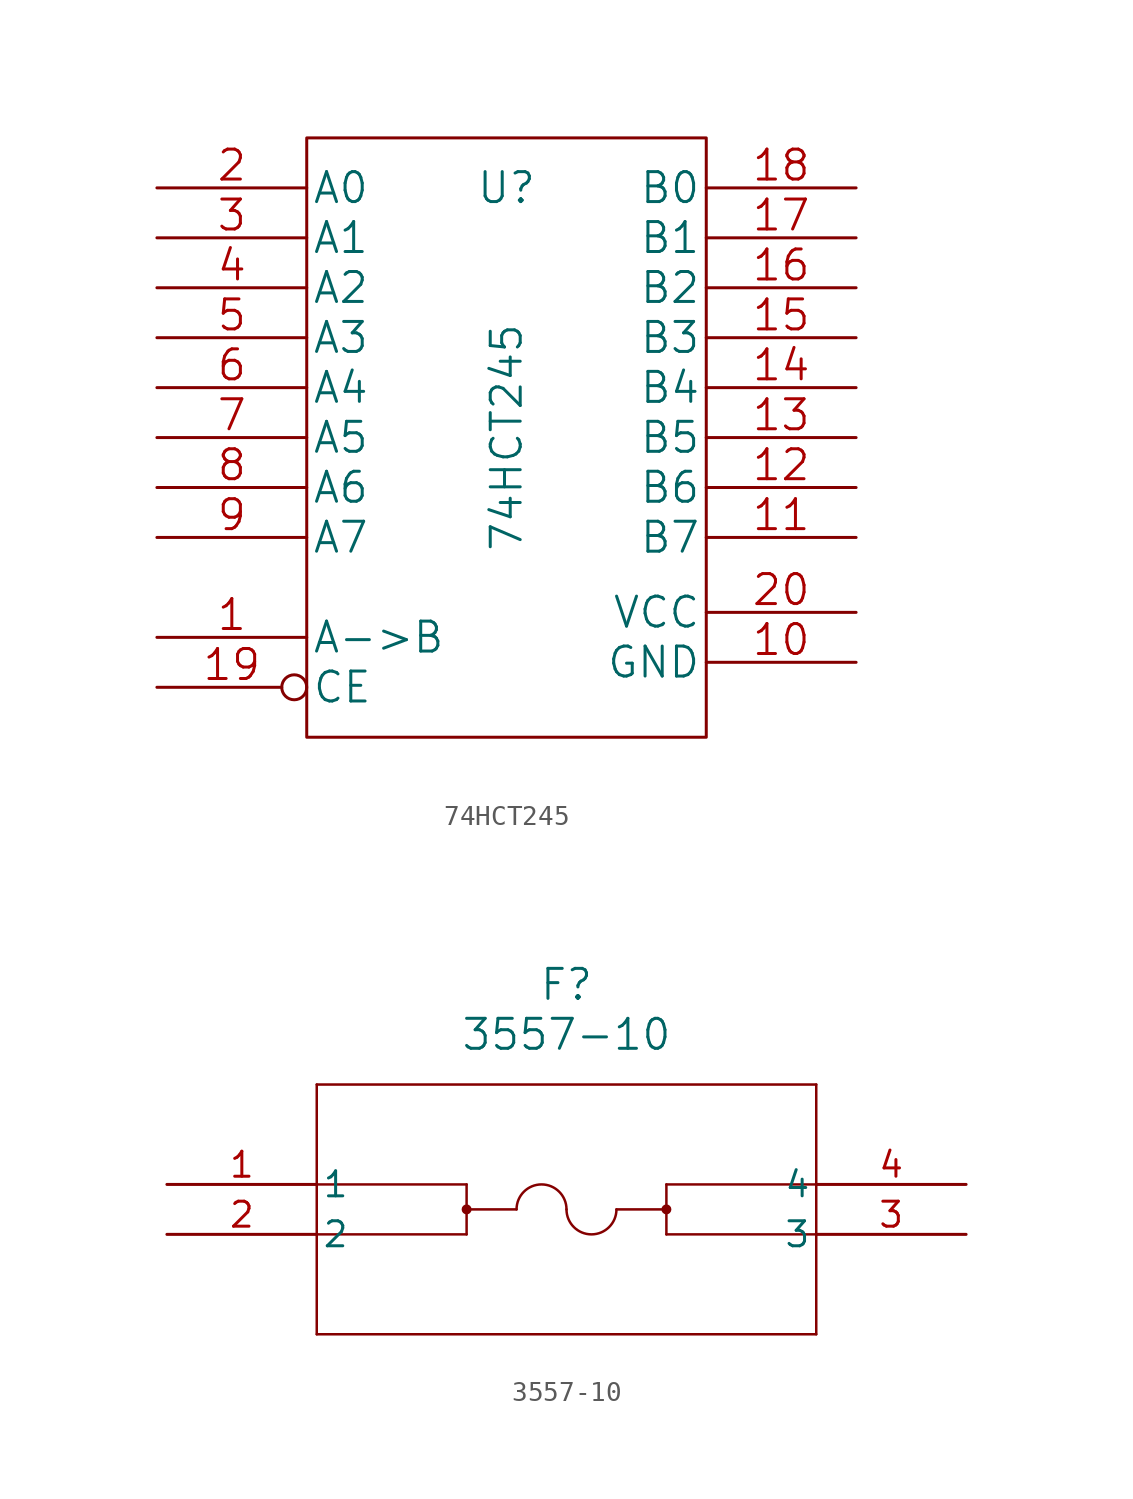
<source format=kicad_sym>
(kicad_symbol_lib
  (version 20231120)
  (generator "kicad_symbol_editor")
  (generator_version "8.0")
  (symbol "74HCT245"
    (pin_names
      (offset 0.254))
    (property "Reference" "U"
      (at 0 12.7 0)
      (effects (font (size 1.524 1.524))))
    (property "Value" "74HCT245"
      (at 0 0 90)
      (effects (font (size 1.524 1.524))))
    (property "Datasheet" ""
      (at 0 0 0)
      (effects (font (size 1.524 1.524))))
    (symbol "74HCT245_0_0"
      (pin power_in line (at 17.78 -11.43 180) (length 7.62) (name "GND" (effects (font (size 1.524 1.524)))) (number "10" (effects (font (size 1.524 1.524)))))
      (pin power_in line (at 17.78 -8.89 180) (length 7.62) (name "VCC" (effects (font (size 1.524 1.524)))) (number "20" (effects (font (size 1.524 1.524))))))
    (symbol "74HCT245_0_1"
      (rectangle (start -10.16 15.24) (end 10.16 -15.24) (stroke (width 0) (type solid)) (fill (type none))))
    (symbol "74HCT245_1_1"
      (pin input line (at -17.78 -10.16 0) (length 7.62) (name "A->B" (effects (font (size 1.524 1.524)))) (number "1" (effects (font (size 1.524 1.524)))))
      (pin tri_state line (at 17.78 -5.08 180) (length 7.62) (name "B7" (effects (font (size 1.524 1.524)))) (number "11" (effects (font (size 1.524 1.524)))))
      (pin tri_state line (at 17.78 -2.54 180) (length 7.62) (name "B6" (effects (font (size 1.524 1.524)))) (number "12" (effects (font (size 1.524 1.524)))))
      (pin tri_state line (at 17.78 0 180) (length 7.62) (name "B5" (effects (font (size 1.524 1.524)))) (number "13" (effects (font (size 1.524 1.524)))))
      (pin tri_state line (at 17.78 2.54 180) (length 7.62) (name "B4" (effects (font (size 1.524 1.524)))) (number "14" (effects (font (size 1.524 1.524)))))
      (pin tri_state line (at 17.78 5.08 180) (length 7.62) (name "B3" (effects (font (size 1.524 1.524)))) (number "15" (effects (font (size 1.524 1.524)))))
      (pin tri_state line (at 17.78 7.62 180) (length 7.62) (name "B2" (effects (font (size 1.524 1.524)))) (number "16" (effects (font (size 1.524 1.524)))))
      (pin tri_state line (at 17.78 10.16 180) (length 7.62) (name "B1" (effects (font (size 1.524 1.524)))) (number "17" (effects (font (size 1.524 1.524)))))
      (pin tri_state line (at 17.78 12.7 180) (length 7.62) (name "B0" (effects (font (size 1.524 1.524)))) (number "18" (effects (font (size 1.524 1.524)))))
      (pin input inverted (at -17.78 -12.7 0) (length 7.62) (name "CE" (effects (font (size 1.524 1.524)))) (number "19" (effects (font (size 1.524 1.524)))))
      (pin tri_state line (at -17.78 12.7 0) (length 7.62) (name "A0" (effects (font (size 1.524 1.524)))) (number "2" (effects (font (size 1.524 1.524)))))
      (pin tri_state line (at -17.78 10.16 0) (length 7.62) (name "A1" (effects (font (size 1.524 1.524)))) (number "3" (effects (font (size 1.524 1.524)))))
      (pin tri_state line (at -17.78 7.62 0) (length 7.62) (name "A2" (effects (font (size 1.524 1.524)))) (number "4" (effects (font (size 1.524 1.524)))))
      (pin tri_state line (at -17.78 5.08 0) (length 7.62) (name "A3" (effects (font (size 1.524 1.524)))) (number "5" (effects (font (size 1.524 1.524)))))
      (pin tri_state line (at -17.78 2.54 0) (length 7.62) (name "A4" (effects (font (size 1.524 1.524)))) (number "6" (effects (font (size 1.524 1.524)))))
      (pin tri_state line (at -17.78 0 0) (length 7.62) (name "A5" (effects (font (size 1.524 1.524)))) (number "7" (effects (font (size 1.524 1.524)))))
      (pin tri_state line (at -17.78 -2.54 0) (length 7.62) (name "A6" (effects (font (size 1.524 1.524)))) (number "8" (effects (font (size 1.524 1.524)))))
      (pin tri_state line (at -17.78 -5.08 0) (length 7.62) (name "A7" (effects (font (size 1.524 1.524)))) (number "9" (effects (font (size 1.524 1.524)))))))
  (symbol "3557-10"
    (pin_names
      (offset 0.254))
    (property "Reference" "F"
      (at 20.32 10.16 0)
      (effects (font (size 1.524 1.524))))
    (property "Value" "3557-10"
      (at 20.32 7.62 0)
      (effects (font (size 1.524 1.524))))
    (symbol "3557-10_0_1"
      (polyline (pts (xy 7.62 -7.62) (xy 33.02 -7.62)) (stroke (width 0.127) (type default)) (fill (type none)))
      (polyline (pts (xy 7.62 -2.54) (xy 15.24 -2.54)) (stroke (width 0.127) (type default)) (fill (type none)))
      (polyline (pts (xy 7.62 0) (xy 15.24 0)) (stroke (width 0.127) (type default)) (fill (type none)))
      (polyline (pts (xy 7.62 5.08) (xy 7.62 -7.62)) (stroke (width 0.127) (type default)) (fill (type none)))
      (polyline (pts (xy 15.24 -1.27) (xy 17.78 -1.27)) (stroke (width 0.127) (type default)) (fill (type none)))
      (polyline (pts (xy 15.24 0) (xy 15.24 -2.54)) (stroke (width 0.127) (type default)) (fill (type none)))
      (polyline (pts (xy 22.86 -1.27) (xy 25.4 -1.27)) (stroke (width 0.127) (type default)) (fill (type none)))
      (polyline (pts (xy 25.4 -2.54) (xy 25.4 0)) (stroke (width 0.127) (type default)) (fill (type none)))
      (polyline (pts (xy 25.4 0) (xy 33.02 0)) (stroke (width 0.127) (type default)) (fill (type none)))
      (polyline (pts (xy 33.02 -7.62) (xy 33.02 5.08)) (stroke (width 0.127) (type default)) (fill (type none)))
      (polyline (pts (xy 33.02 -2.54) (xy 25.4 -2.54)) (stroke (width 0.127) (type default)) (fill (type none)))
      (polyline (pts (xy 33.02 5.08) (xy 7.62 5.08)) (stroke (width 0.127) (type default)) (fill (type none)))
      (circle (center 15.24 -1.27) (radius 0.127) (stroke (width 0.254) (type default)) (fill (type none)))
      (arc (start 20.32 -1.27) (mid 19.05 -0.0055) (end 17.78 -1.27) (stroke (width 0.127) (type default)) (fill (type none)))
      (arc (start 20.32 -1.27) (mid 21.59 -2.5344) (end 22.86 -1.27) (stroke (width 0.127) (type default)) (fill (type none)))
      (circle (center 25.4 -1.27) (radius 0.127) (stroke (width 0.254) (type default)) (fill (type none)))
      (pin unspecified line (at 0 0 0) (length 7.62) (name "1" (effects (font (size 1.27 1.27)))) (number "1" (effects (font (size 1.27 1.27)))))
      (pin unspecified line (at 0 -2.54 0) (length 7.62) (name "2" (effects (font (size 1.27 1.27)))) (number "2" (effects (font (size 1.27 1.27)))))
      (pin unspecified line (at 40.64 -2.54 180) (length 7.62) (name "3" (effects (font (size 1.27 1.27)))) (number "3" (effects (font (size 1.27 1.27)))))
      (pin unspecified line (at 40.64 0 180) (length 7.62) (name "4" (effects (font (size 1.27 1.27)))) (number "4" (effects (font (size 1.27 1.27))))))))
</source>
